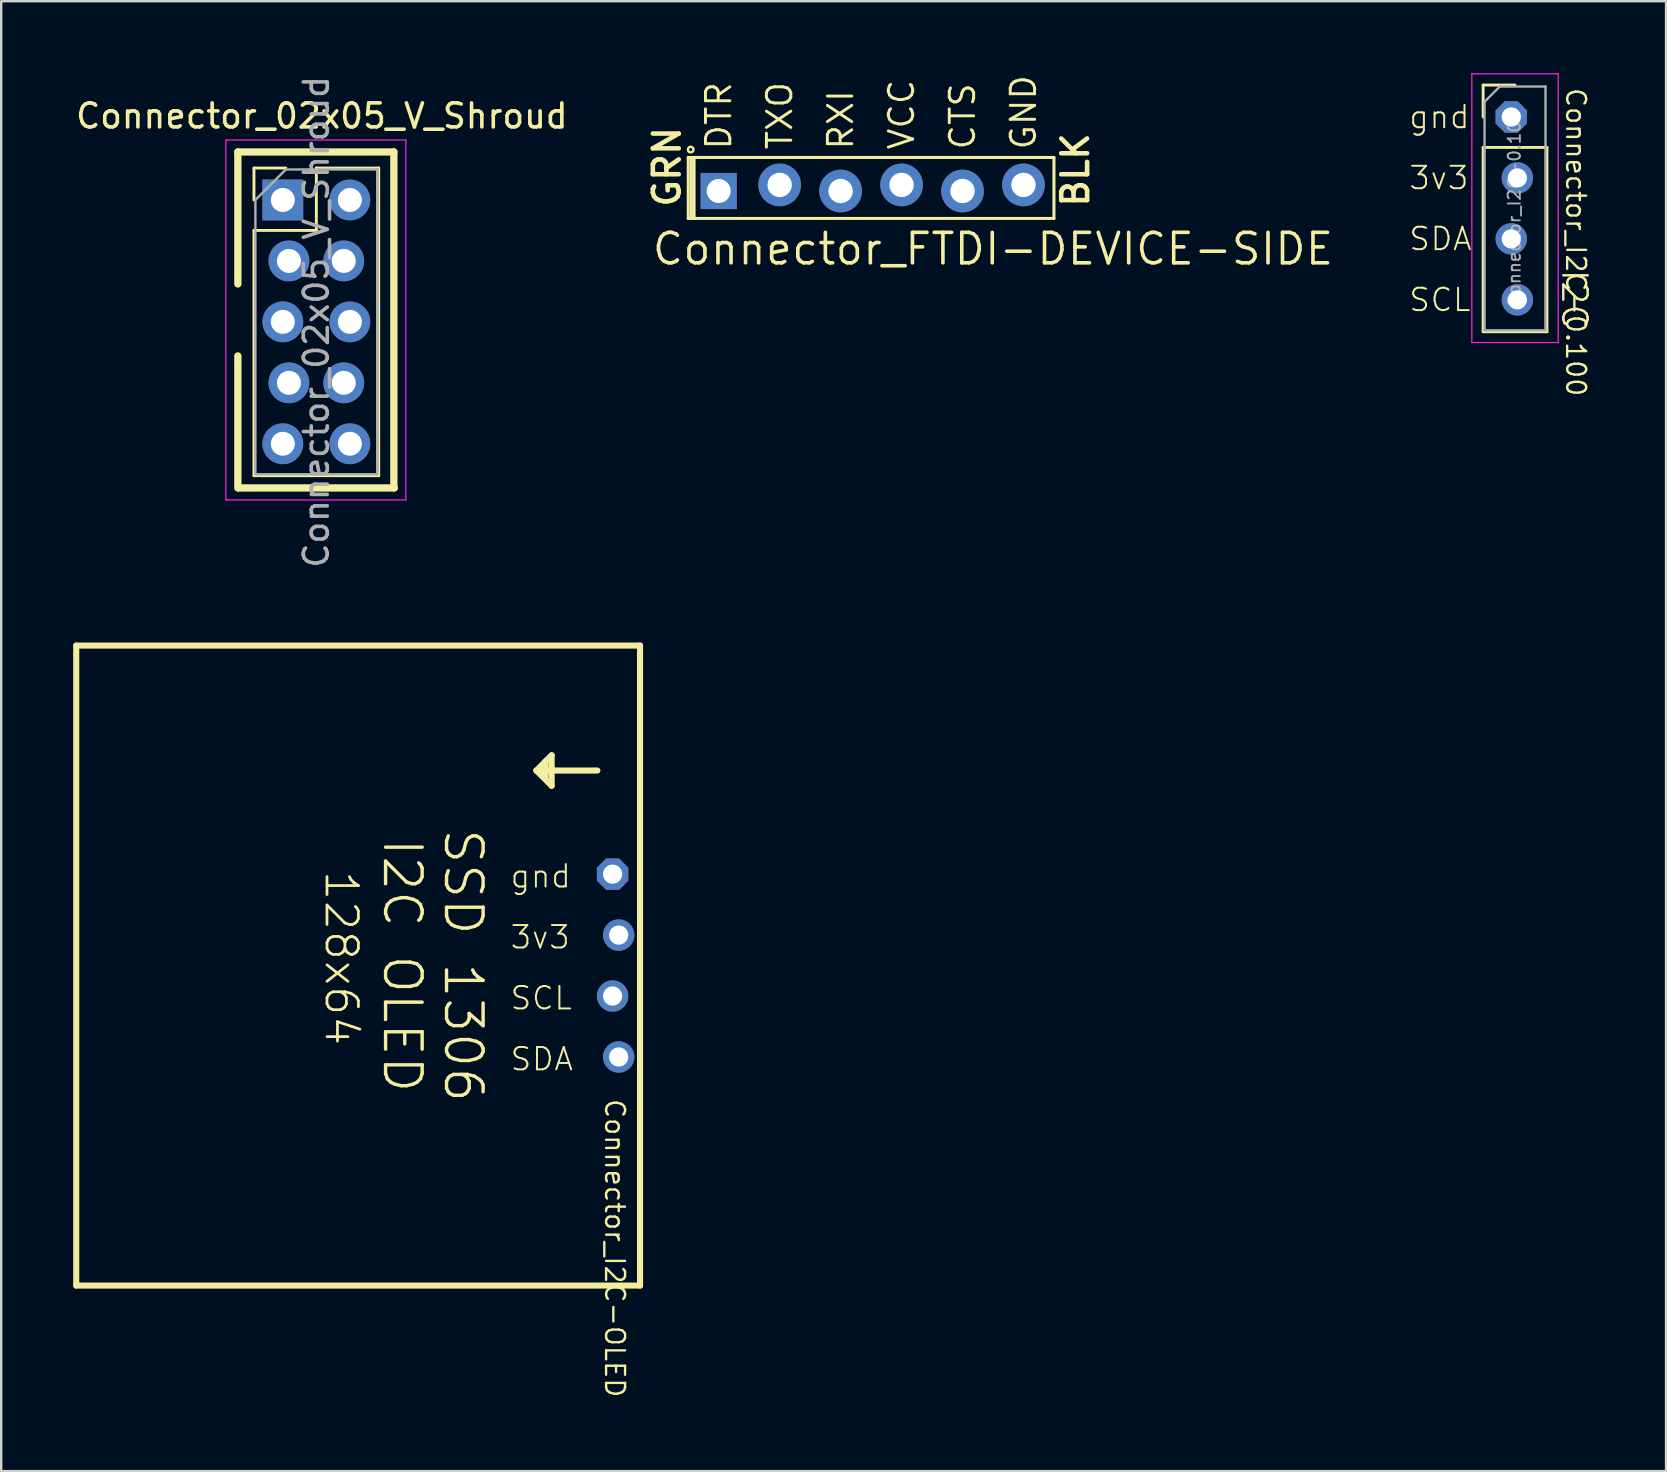
<source format=kicad_pcb>
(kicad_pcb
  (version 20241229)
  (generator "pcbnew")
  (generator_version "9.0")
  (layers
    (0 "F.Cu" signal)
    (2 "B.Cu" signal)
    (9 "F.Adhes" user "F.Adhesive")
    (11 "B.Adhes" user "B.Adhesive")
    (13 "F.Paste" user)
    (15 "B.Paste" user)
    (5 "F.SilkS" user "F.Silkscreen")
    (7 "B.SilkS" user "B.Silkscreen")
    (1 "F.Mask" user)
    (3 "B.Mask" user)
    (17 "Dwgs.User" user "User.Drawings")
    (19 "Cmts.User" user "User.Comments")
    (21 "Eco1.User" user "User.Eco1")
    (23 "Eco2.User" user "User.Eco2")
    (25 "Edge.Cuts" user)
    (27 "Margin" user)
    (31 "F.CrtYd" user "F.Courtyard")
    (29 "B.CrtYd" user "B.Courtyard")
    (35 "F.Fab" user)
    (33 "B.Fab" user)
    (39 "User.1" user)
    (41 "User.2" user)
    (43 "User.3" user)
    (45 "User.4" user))
  (footprint "Connector_I2C-0.100"
    (layer "F.Cu")
    (at 60.056 1.825)
    (property "Reference" "Connector_I2C-0.100" (at 2.1 -1.27 270) (unlocked yes) (layer "F.SilkS") (effects (font (size 0.791 0.791) (thickness 0.098)) (justify left bottom)))
    (fp_line (start -1.3 -1.33) (end 0.03 -1.33) (stroke (width 0.12) (type solid)) (layer "F.SilkS"))
    (fp_line (start -1.3 0) (end -1.3 -1.33) (stroke (width 0.12) (type solid)) (layer "F.SilkS"))
    (fp_line (start -1.3 1.27) (end -1.3 8.95) (stroke (width 0.12) (type solid)) (layer "F.SilkS"))
    (fp_line (start -1.3 1.27) (end 1.36 1.27) (stroke (width 0.12) (type solid)) (layer "F.SilkS"))
    (fp_line (start -1.3 8.95) (end 1.36 8.95) (stroke (width 0.12) (type solid)) (layer "F.SilkS"))
    (fp_line (start 1.36 1.27) (end 1.36 8.95) (stroke (width 0.12) (type solid)) (layer "F.SilkS"))
    (fp_line (start -1.77 -1.8) (end -1.77 9.4) (stroke (width 0.05) (type solid)) (layer "F.CrtYd"))
    (fp_line (start -1.77 9.4) (end 1.83 9.4) (stroke (width 0.05) (type solid)) (layer "F.CrtYd"))
    (fp_line (start 1.83 -1.8) (end -1.77 -1.8) (stroke (width 0.05) (type solid)) (layer "F.CrtYd"))
    (fp_line (start 1.83 9.4) (end 1.83 -1.8) (stroke (width 0.05) (type solid)) (layer "F.CrtYd"))
    (fp_line (start -1.24 -0.635) (end -0.605 -1.27) (stroke (width 0.1) (type solid)) (layer "F.Fab"))
    (fp_line (start -1.24 8.89) (end -1.24 -0.635) (stroke (width 0.1) (type solid)) (layer "F.Fab"))
    (fp_line (start -0.605 -1.27) (end 1.3 -1.27) (stroke (width 0.1) (type solid)) (layer "F.Fab"))
    (fp_line (start 1.3 -1.27) (end 1.3 8.89) (stroke (width 0.1) (type solid)) (layer "F.Fab"))
    (fp_line (start 1.3 8.89) (end -1.24 8.89) (stroke (width 0.1) (type solid)) (layer "F.Fab"))
    (fp_text user "SCL" (at -4.445 7.62 0) (unlocked yes) (layer "F.SilkS") (effects (font (size 0.935 0.935) (thickness 0.081)) (justify left)))
    (fp_text user "gnd" (at -4.445 0 0) (unlocked yes) (layer "F.SilkS") (effects (font (size 0.935 0.935) (thickness 0.081)) (justify left)))
    (fp_text user "SDA" (at -4.445 5.08 0) (unlocked yes) (layer "F.SilkS") (effects (font (size 0.935 0.935) (thickness 0.081)) (justify left)))
    (fp_text user "I2C" (at 3.1 8.89 270) (unlocked yes) (layer "F.SilkS") (effects (font (size 1.016 1.016) (thickness 0.102)) (justify right top)))
    (fp_text user "3v3" (at -4.445 2.54 0) (unlocked yes) (layer "F.SilkS") (effects (font (size 0.935 0.935) (thickness 0.081)) (justify left)))
    (fp_text user "${REFERENCE}" (at 0 3.81 270) (layer "F.Fab") (effects (font (size 0.508 0.508) (thickness 0.076))))
    (pad "GND" thru_hole roundrect (at -0.127 0 90) (size 1.308 1.308) (drill 0.8) (layers "*.Cu" "*.Mask") (roundrect_rratio 0.25) (chamfer_ratio 0.293) (chamfer top_left top_right bottom_left bottom_right))
    (pad "SCL" thru_hole circle (at 0.127 7.62 90) (size 1.308 1.308) (drill 0.8) (layers "*.Cu" "*.Mask"))
    (pad "SDA" thru_hole circle (at -0.127 5.08 90) (size 1.308 1.308) (drill 0.8) (layers "*.Cu" "*.Mask"))
    (pad "V+" thru_hole circle (at 0.127 2.54 90) (size 1.308 1.308) (drill 0.8) (layers "*.Cu" "*.Mask")))
  (footprint "Connector_02x05_V_Shroud"
    (layer "F.Cu")
    (at 8.863 5.283)
    (property "Reference" "Connector_02x05_V_Shroud" (at 1.5 -3.5 0) (layer "F.SilkS") (effects (font (size 1 1) (thickness 0.15))))
    (attr through_hole)
    (fp_line (start -2 -2) (end -2 3.5) (stroke (width 0.305) (type solid)) (layer "F.SilkS"))
    (fp_line (start -2 -2) (end 4.5 -2) (stroke (width 0.305) (type solid)) (layer "F.SilkS"))
    (fp_line (start -2 6.5) (end -2 12) (stroke (width 0.305) (type solid)) (layer "F.SilkS"))
    (fp_line (start -1.98 12) (end 4.52 12) (stroke (width 0.305) (type solid)) (layer "F.SilkS"))
    (fp_line (start -1.33 -1.33) (end 0 -1.33) (stroke (width 0.12) (type solid)) (layer "F.SilkS"))
    (fp_line (start -1.33 0) (end -1.33 -1.33) (stroke (width 0.12) (type solid)) (layer "F.SilkS"))
    (fp_line (start -1.33 1.27) (end -1.33 11.49) (stroke (width 0.12) (type solid)) (layer "F.SilkS"))
    (fp_line (start -1.33 1.27) (end 1.27 1.27) (stroke (width 0.12) (type solid)) (layer "F.SilkS"))
    (fp_line (start -1.33 11.49) (end 3.87 11.49) (stroke (width 0.12) (type solid)) (layer "F.SilkS"))
    (fp_line (start 1.27 -1.33) (end 3.87 -1.33) (stroke (width 0.12) (type solid)) (layer "F.SilkS"))
    (fp_line (start 1.27 1.27) (end 1.27 -1.33) (stroke (width 0.12) (type solid)) (layer "F.SilkS"))
    (fp_line (start 3.87 -1.33) (end 3.87 11.49) (stroke (width 0.12) (type solid)) (layer "F.SilkS"))
    (fp_line (start 4.5 -2) (end 4.5 12) (stroke (width 0.305) (type solid)) (layer "F.SilkS"))
    (fp_line (start -2.5 -2.5) (end -2.5 12.5) (stroke (width 0.05) (type solid)) (layer "F.CrtYd"))
    (fp_line (start -2.5 12.5) (end 5 12.5) (stroke (width 0.05) (type solid)) (layer "F.CrtYd"))
    (fp_line (start 5 -2.5) (end -2.5 -2.5) (stroke (width 0.05) (type solid)) (layer "F.CrtYd"))
    (fp_line (start 5 12.5) (end 5 -2.5) (stroke (width 0.05) (type solid)) (layer "F.CrtYd"))
    (fp_line (start -1.27 0) (end 0 -1.27) (stroke (width 0.1) (type solid)) (layer "F.Fab"))
    (fp_line (start -1.27 11.43) (end -1.27 0) (stroke (width 0.1) (type solid)) (layer "F.Fab"))
    (fp_line (start 0 -1.27) (end 3.81 -1.27) (stroke (width 0.1) (type solid)) (layer "F.Fab"))
    (fp_line (start 3.81 -1.27) (end 3.81 11.43) (stroke (width 0.1) (type solid)) (layer "F.Fab"))
    (fp_line (start 3.81 -1.27) (end 3.81 11.43) (stroke (width 0.1) (type solid)) (layer "F.Fab"))
    (fp_line (start 3.81 11.43) (end -1.27 11.43) (stroke (width 0.1) (type solid)) (layer "F.Fab"))
    (fp_text user "${REFERENCE}" (at 1.27 5.08 90) (layer "F.Fab") (effects (font (size 1 1) (thickness 0.15))))
    (pad "1" thru_hole rect (at -0.127 0) (size 1.7 1.7) (drill 1) (layers "*.Cu" "*.Mask"))
    (pad "2" thru_hole oval (at 2.667 0) (size 1.7 1.7) (drill 1) (layers "*.Cu" "*.Mask"))
    (pad "3" thru_hole oval (at 0.127 2.54) (size 1.7 1.7) (drill 1) (layers "*.Cu" "*.Mask"))
    (pad "4" thru_hole oval (at 2.413 2.54) (size 1.7 1.7) (drill 1) (layers "*.Cu" "*.Mask"))
    (pad "5" thru_hole oval (at -0.127 5.08) (size 1.7 1.7) (drill 1) (layers "*.Cu" "*.Mask"))
    (pad "6" thru_hole oval (at 2.667 5.08) (size 1.7 1.7) (drill 1) (layers "*.Cu" "*.Mask"))
    (pad "7" thru_hole oval (at 0.127 7.62) (size 1.7 1.7) (drill 1) (layers "*.Cu" "*.Mask"))
    (pad "8" thru_hole oval (at 2.413 7.62) (size 1.7 1.7) (drill 1) (layers "*.Cu" "*.Mask"))
    (pad "9" thru_hole oval (at -0.127 10.16) (size 1.7 1.7) (drill 1) (layers "*.Cu" "*.Mask"))
    (pad "10" thru_hole oval (at 2.667 10.16) (size 1.7 1.7) (drill 1) (layers "*.Cu" "*.Mask")))
  (footprint "Connector_FTDI-DEVICE-SIDE"
    (layer "F.Cu")
    (at 33.251 4.783)
    (property "Reference" "Connector_FTDI-DEVICE-SIDE" (at 5.08 2.54 0) (layer "F.SilkS") (effects (font (size 1.27 1.27) (thickness 0.15))))
    (fp_line (start -7.62 -1.27) (end 7.62 -1.27) (stroke (width 0.127) (type solid)) (layer "F.SilkS"))
    (fp_line (start -7.62 1.27) (end -7.62 -1.27) (stroke (width 0.127) (type solid)) (layer "F.SilkS"))
    (fp_line (start -7.491 1.27) (end -7.491 -1.27) (stroke (width 0.127) (type solid)) (layer "F.SilkS"))
    (fp_line (start -7.378 1.27) (end -7.378 -1.27) (stroke (width 0.127) (type solid)) (layer "F.SilkS"))
    (fp_line (start 7.62 -1.27) (end 7.62 1.27) (stroke (width 0.127) (type solid)) (layer "F.SilkS"))
    (fp_line (start 7.62 1.27) (end -7.62 1.27) (stroke (width 0.127) (type solid)) (layer "F.SilkS"))
    (fp_circle (center -7.518 -1.6) (end -7.448 -1.506) (stroke (width 0.1) (type default)) (fill no) (layer "F.SilkS"))
    (fp_text user "RXI" (at -1.27 -1.524 90) (unlocked yes) (layer "F.SilkS") (effects (font (size 1.016 1.016) (thickness 0.122)) (justify left)))
    (fp_text user "DTR" (at -6.35 -1.524 90) (unlocked yes) (layer "F.SilkS") (effects (font (size 1.016 1.016) (thickness 0.122)) (justify left)))
    (fp_text user "VCC" (at 1.27 -1.524 90) (unlocked yes) (layer "F.SilkS") (effects (font (size 1.016 1.016) (thickness 0.122)) (justify left)))
    (fp_text user "GRN" (at -7.874 0.889 90) (unlocked yes) (layer "F.SilkS") (effects (font (size 1.079 1.079) (thickness 0.191)) (justify left bottom)))
    (fp_text user "CTS" (at 3.81 -1.524 90) (unlocked yes) (layer "F.SilkS") (effects (font (size 1.016 1.016) (thickness 0.122)) (justify left)))
    (fp_text user "BLK" (at 9.144 0.889 90) (unlocked yes) (layer "F.SilkS") (effects (font (size 1.079 1.079) (thickness 0.191)) (justify left bottom)))
    (fp_text user "TXO" (at -3.81 -1.524 90) (unlocked yes) (layer "F.SilkS") (effects (font (size 1.016 1.016) (thickness 0.122)) (justify left)))
    (fp_text user "GND" (at 6.35 -1.524 90) (unlocked yes) (layer "F.SilkS") (effects (font (size 1.016 1.016) (thickness 0.122)) (justify left)))
    (pad "1" thru_hole rect (at -6.35 0.127) (size 1.508 1.508) (drill 1) (layers "*.Cu" "*.Mask"))
    (pad "2" thru_hole circle (at -3.81 -0.127) (size 1.778 1.778) (drill 1.016) (layers "*.Cu" "*.Mask"))
    (pad "3" thru_hole circle (at -1.27 0.127) (size 1.778 1.778) (drill 1.016) (layers "*.Cu" "*.Mask"))
    (pad "4" thru_hole circle (at 1.27 -0.127) (size 1.778 1.778) (drill 1.016) (layers "*.Cu" "*.Mask"))
    (pad "5" thru_hole circle (at 3.81 0.127) (size 1.778 1.778) (drill 1.016) (layers "*.Cu" "*.Mask"))
    (pad "6" thru_hole circle (at 6.35 -0.127) (size 1.778 1.778) (drill 1.016) (layers "*.Cu" "*.Mask")))
  (footprint "Connector_I2C-OLED"
    (layer "F.Cu")
    (at 22.606 33.378)
    (property "Reference" "Connector_I2C-OLED" (at -0.5 9.31 270) (unlocked yes) (layer "F.SilkS") (effects (font (size 0.791 0.791) (thickness 0.098)) (justify left bottom)))
    (fp_line (start -22.479 17.145) (end -22.479 -9.525) (stroke (width 0.254) (type solid)) (layer "F.SilkS"))
    (fp_line (start -3.302 -4.318) (end -2.921 -4.699) (stroke (width 0.254) (type solid)) (layer "F.SilkS"))
    (fp_line (start -2.921 -4.699) (end -2.667 -4.953) (stroke (width 0.254) (type solid)) (layer "F.SilkS"))
    (fp_line (start -2.921 -4.064) (end -2.921 -4.699) (stroke (width 0.254) (type solid)) (layer "F.SilkS"))
    (fp_line (start -2.667 -4.953) (end -2.667 -3.683) (stroke (width 0.254) (type solid)) (layer "F.SilkS"))
    (fp_line (start -2.667 -3.683) (end -3.302 -4.318) (stroke (width 0.254) (type solid)) (layer "F.SilkS"))
    (fp_line (start -0.762 -4.318) (end -3.302 -4.318) (stroke (width 0.254) (type solid)) (layer "F.SilkS"))
    (fp_line (start 1.016 -9.525) (end -22.479 -9.525) (stroke (width 0.254) (type solid)) (layer "F.SilkS"))
    (fp_line (start 1.016 17.145) (end -22.479 17.145) (stroke (width 0.254) (type solid)) (layer "F.SilkS"))
    (fp_line (start 1.016 17.145) (end 1.016 -9.525) (stroke (width 0.254) (type solid)) (layer "F.SilkS"))
    (fp_text user "SCL" (at -4.445 5.715 0) (unlocked yes) (layer "F.SilkS") (effects (font (size 0.935 0.935) (thickness 0.081)) (justify left bottom)))
    (fp_text user "3v3" (at -4.445 3.175 0) (unlocked yes) (layer "F.SilkS") (effects (font (size 0.935 0.935) (thickness 0.081)) (justify left bottom)))
    (fp_text user "SDA" (at -4.445 8.255 0) (unlocked yes) (layer "F.SilkS") (effects (font (size 0.935 0.935) (thickness 0.081)) (justify left bottom)))
    (fp_text user "I2C OLED" (at -8.89 3.81 270) (unlocked yes) (layer "F.SilkS") (effects (font (size 1.524 1.524) (thickness 0.142))))
    (fp_text user "gnd" (at -4.445 0.635 0) (unlocked yes) (layer "F.SilkS") (effects (font (size 0.935 0.935) (thickness 0.081)) (justify left bottom)))
    (fp_text user "SSD 1306" (at -6.35 3.81 270) (unlocked yes) (layer "F.SilkS") (effects (font (size 1.524 1.524) (thickness 0.142))))
    (fp_text user "128x64" (at -11.43 3.5 270) (unlocked yes) (layer "F.SilkS") (effects (font (size 1.309 1.309) (thickness 0.114))))
    (pad "GND" thru_hole roundrect (at -0.127 0 90) (size 1.308 1.308) (drill 0.8) (layers "*.Cu" "*.Mask") (roundrect_rratio 0.25) (chamfer_ratio 0.293) (chamfer top_left top_right bottom_left bottom_right))
    (pad "SCL" thru_hole circle (at -0.127 5.08 90) (size 1.308 1.308) (drill 0.8) (layers "*.Cu" "*.Mask"))
    (pad "SDA" thru_hole circle (at 0.127 7.62 90) (size 1.308 1.308) (drill 0.8) (layers "*.Cu" "*.Mask"))
    (pad "V+" thru_hole circle (at 0.127 2.54 90) (size 1.308 1.308) (drill 0.8) (layers "*.Cu" "*.Mask")))
  (gr_rect
    (start -3 -3)
    (end 66.38 58.257)
    (stroke (width 0.1) (type default))
    (fill no)
    (layer "Edge.Cuts")))
</source>
